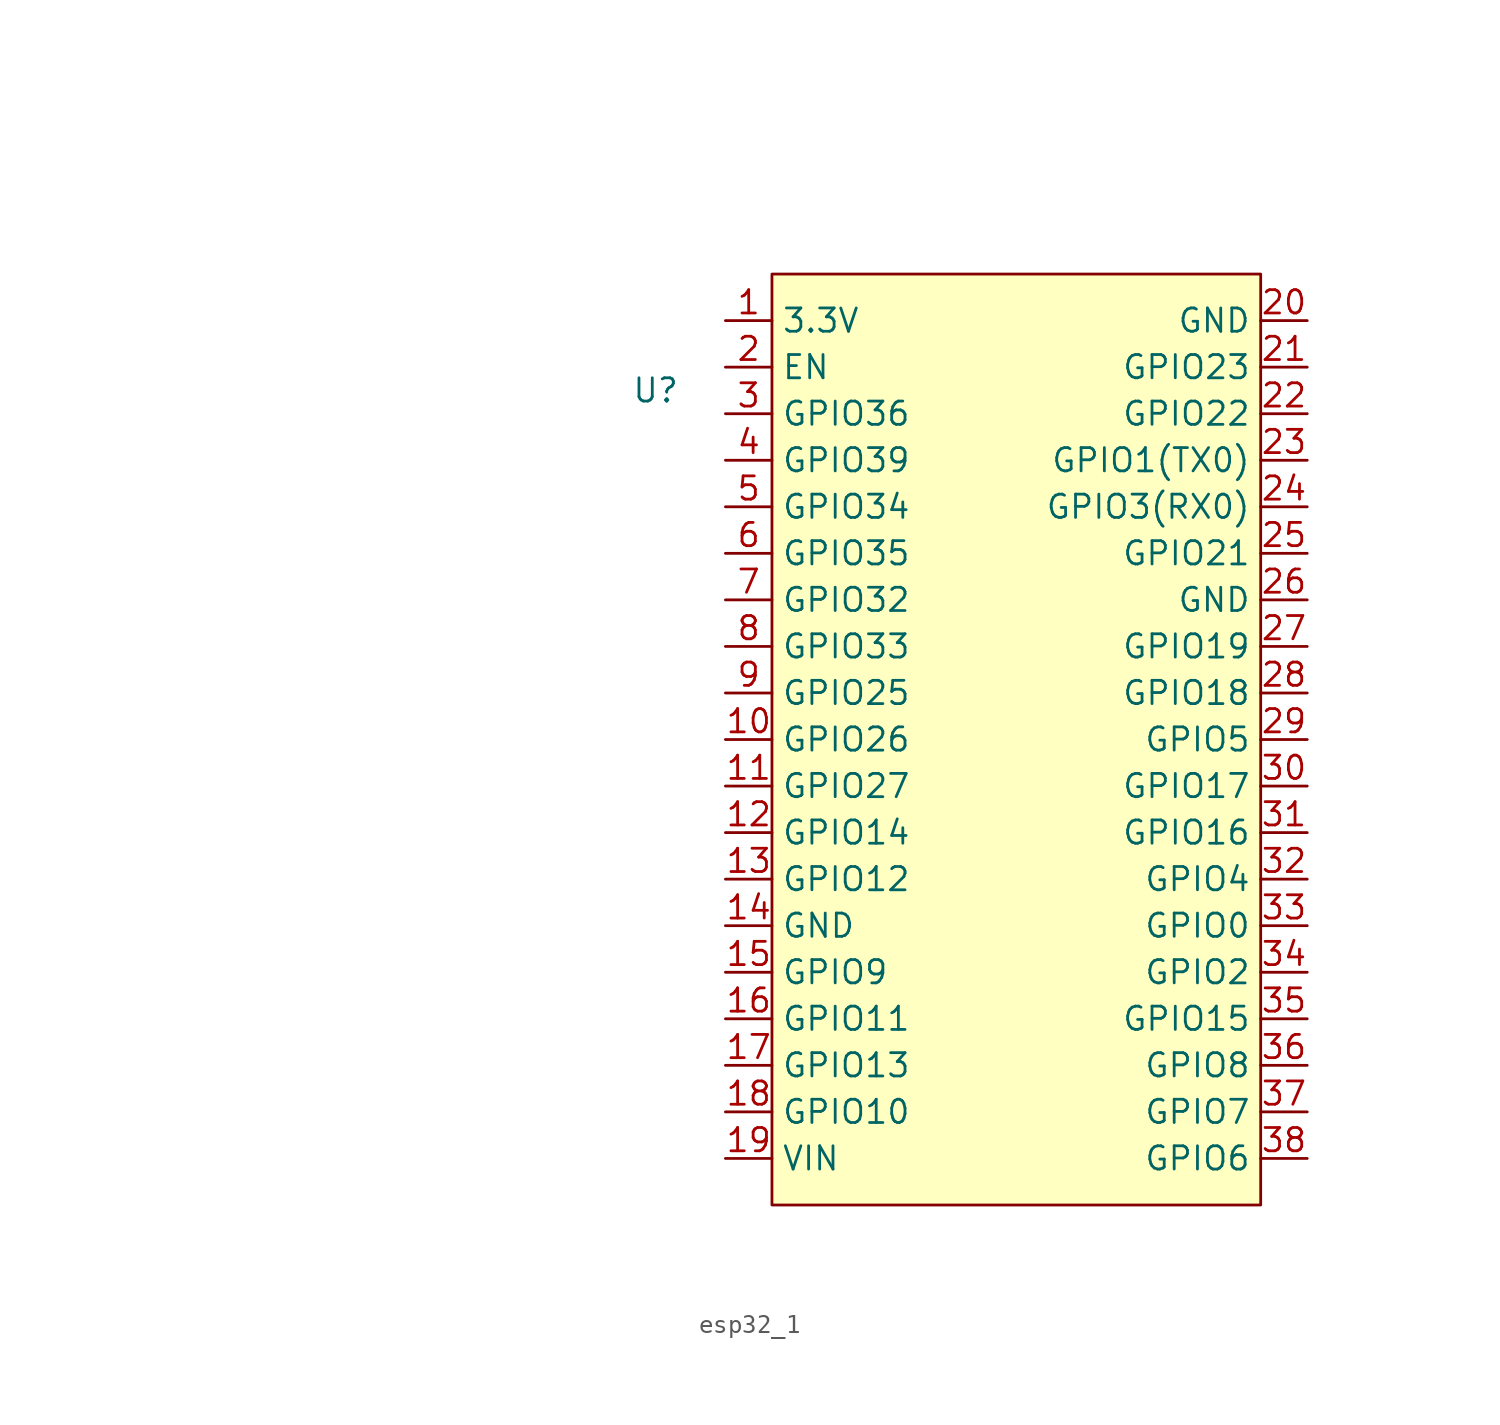
<source format=kicad_sym>
(kicad_symbol_lib
  (version 20241209)
  (generator "kicad_symbol_editor")
  (generator_version "9.0")
  (symbol "esp32_1"
    (property "Reference" "U"
      (at 25.4 -11.43 0)
      (effects (font (size 1.27 1.27))))
    (property "Value" ""
      (at 0 0 0)
      (effects (font (size 1.27 1.27))))
    (symbol "esp32_1_1_1"
      (rectangle (start 31.75 -5.08) (end 58.42 -55.88) (stroke (width 0) (type solid)) (fill (type background)))
      (pin power_in line (at 29.21 -7.62 0) (length 2.54) (name "3.3V" (effects (font (size 1.27 1.27)))) (number "1" (effects (font (size 1.27 1.27)))))
      (pin input line (at 29.21 -10.16 0) (length 2.54) (name "EN" (effects (font (size 1.27 1.27)))) (number "2" (effects (font (size 1.27 1.27)))))
      (pin bidirectional line (at 29.21 -12.7 0) (length 2.54) (name "GPIO36" (effects (font (size 1.27 1.27)))) (number "3" (effects (font (size 1.27 1.27)))))
      (pin bidirectional line (at 29.21 -15.24 0) (length 2.54) (name "GPIO39" (effects (font (size 1.27 1.27)))) (number "4" (effects (font (size 1.27 1.27)))))
      (pin bidirectional line (at 29.21 -17.78 0) (length 2.54) (name "GPIO34" (effects (font (size 1.27 1.27)))) (number "5" (effects (font (size 1.27 1.27)))))
      (pin bidirectional line (at 29.21 -20.32 0) (length 2.54) (name "GPIO35" (effects (font (size 1.27 1.27)))) (number "6" (effects (font (size 1.27 1.27)))))
      (pin bidirectional line (at 29.21 -22.86 0) (length 2.54) (name "GPIO32" (effects (font (size 1.27 1.27)))) (number "7" (effects (font (size 1.27 1.27)))))
      (pin bidirectional line (at 29.21 -25.4 0) (length 2.54) (name "GPIO33" (effects (font (size 1.27 1.27)))) (number "8" (effects (font (size 1.27 1.27)))))
      (pin bidirectional line (at 29.21 -27.94 0) (length 2.54) (name "GPIO25" (effects (font (size 1.27 1.27)))) (number "9" (effects (font (size 1.27 1.27)))))
      (pin bidirectional line (at 29.21 -30.48 0) (length 2.54) (name "GPIO26" (effects (font (size 1.27 1.27)))) (number "10" (effects (font (size 1.27 1.27)))))
      (pin bidirectional line (at 29.21 -33.02 0) (length 2.54) (name "GPIO27" (effects (font (size 1.27 1.27)))) (number "11" (effects (font (size 1.27 1.27)))))
      (pin bidirectional line (at 29.21 -35.56 0) (length 2.54) (name "GPIO14" (effects (font (size 1.27 1.27)))) (number "12" (effects (font (size 1.27 1.27)))))
      (pin bidirectional line (at 29.21 -38.1 0) (length 2.54) (name "GPIO12" (effects (font (size 1.27 1.27)))) (number "13" (effects (font (size 1.27 1.27)))))
      (pin power_in line (at 29.21 -40.64 0) (length 2.54) (name "GND" (effects (font (size 1.27 1.27)))) (number "14" (effects (font (size 1.27 1.27)))))
      (pin bidirectional line (at 29.21 -43.18 0) (length 2.54) (name "GPIO9" (effects (font (size 1.27 1.27)))) (number "15" (effects (font (size 1.27 1.27)))))
      (pin bidirectional line (at 29.21 -45.72 0) (length 2.54) (name "GPIO11" (effects (font (size 1.27 1.27)))) (number "16" (effects (font (size 1.27 1.27)))))
      (pin bidirectional line (at 29.21 -48.26 0) (length 2.54) (name "GPIO13" (effects (font (size 1.27 1.27)))) (number "17" (effects (font (size 1.27 1.27)))))
      (pin bidirectional line (at 29.21 -50.8 0) (length 2.54) (name "GPIO10" (effects (font (size 1.27 1.27)))) (number "18" (effects (font (size 1.27 1.27)))))
      (pin power_in line (at 29.21 -53.34 0) (length 2.54) (name "VIN" (effects (font (size 1.27 1.27)))) (number "19" (effects (font (size 1.27 1.27)))))
      (pin power_in line (at 60.96 -7.62 180) (length 2.54) (name "GND" (effects (font (size 1.27 1.27)))) (number "20" (effects (font (size 1.27 1.27)))))
      (pin bidirectional line (at 60.96 -10.16 180) (length 2.54) (name "GPIO23" (effects (font (size 1.27 1.27)))) (number "21" (effects (font (size 1.27 1.27)))))
      (pin bidirectional line (at 60.96 -12.7 180) (length 2.54) (name "GPIO22" (effects (font (size 1.27 1.27)))) (number "22" (effects (font (size 1.27 1.27)))))
      (pin bidirectional line (at 60.96 -15.24 180) (length 2.54) (name "GPIO1(TX0)" (effects (font (size 1.27 1.27)))) (number "23" (effects (font (size 1.27 1.27)))))
      (pin bidirectional line (at 60.96 -17.78 180) (length 2.54) (name "GPIO3(RX0)" (effects (font (size 1.27 1.27)))) (number "24" (effects (font (size 1.27 1.27)))))
      (pin bidirectional line (at 60.96 -20.32 180) (length 2.54) (name "GPIO21" (effects (font (size 1.27 1.27)))) (number "25" (effects (font (size 1.27 1.27)))))
      (pin power_in line (at 60.96 -22.86 180) (length 2.54) (name "GND" (effects (font (size 1.27 1.27)))) (number "26" (effects (font (size 1.27 1.27)))))
      (pin bidirectional line (at 60.96 -25.4 180) (length 2.54) (name "GPIO19" (effects (font (size 1.27 1.27)))) (number "27" (effects (font (size 1.27 1.27)))))
      (pin bidirectional line (at 60.96 -27.94 180) (length 2.54) (name "GPIO18" (effects (font (size 1.27 1.27)))) (number "28" (effects (font (size 1.27 1.27)))))
      (pin bidirectional line (at 60.96 -30.48 180) (length 2.54) (name "GPIO5" (effects (font (size 1.27 1.27)))) (number "29" (effects (font (size 1.27 1.27)))))
      (pin bidirectional line (at 60.96 -33.02 180) (length 2.54) (name "GPIO17" (effects (font (size 1.27 1.27)))) (number "30" (effects (font (size 1.27 1.27)))))
      (pin bidirectional line (at 60.96 -35.56 180) (length 2.54) (name "GPIO16" (effects (font (size 1.27 1.27)))) (number "31" (effects (font (size 1.27 1.27)))))
      (pin bidirectional line (at 60.96 -38.1 180) (length 2.54) (name "GPIO4" (effects (font (size 1.27 1.27)))) (number "32" (effects (font (size 1.27 1.27)))))
      (pin bidirectional line (at 60.96 -40.64 180) (length 2.54) (name "GPIO0" (effects (font (size 1.27 1.27)))) (number "33" (effects (font (size 1.27 1.27)))))
      (pin bidirectional line (at 60.96 -43.18 180) (length 2.54) (name "GPIO2" (effects (font (size 1.27 1.27)))) (number "34" (effects (font (size 1.27 1.27)))))
      (pin bidirectional line (at 60.96 -45.72 180) (length 2.54) (name "GPIO15" (effects (font (size 1.27 1.27)))) (number "35" (effects (font (size 1.27 1.27)))))
      (pin bidirectional line (at 60.96 -48.26 180) (length 2.54) (name "GPIO8" (effects (font (size 1.27 1.27)))) (number "36" (effects (font (size 1.27 1.27)))))
      (pin bidirectional line (at 60.96 -50.8 180) (length 2.54) (name "GPIO7" (effects (font (size 1.27 1.27)))) (number "37" (effects (font (size 1.27 1.27)))))
      (pin bidirectional line (at 60.96 -53.34 180) (length 2.54) (name "GPIO6" (effects (font (size 1.27 1.27)))) (number "38" (effects (font (size 1.27 1.27))))))))
</source>
